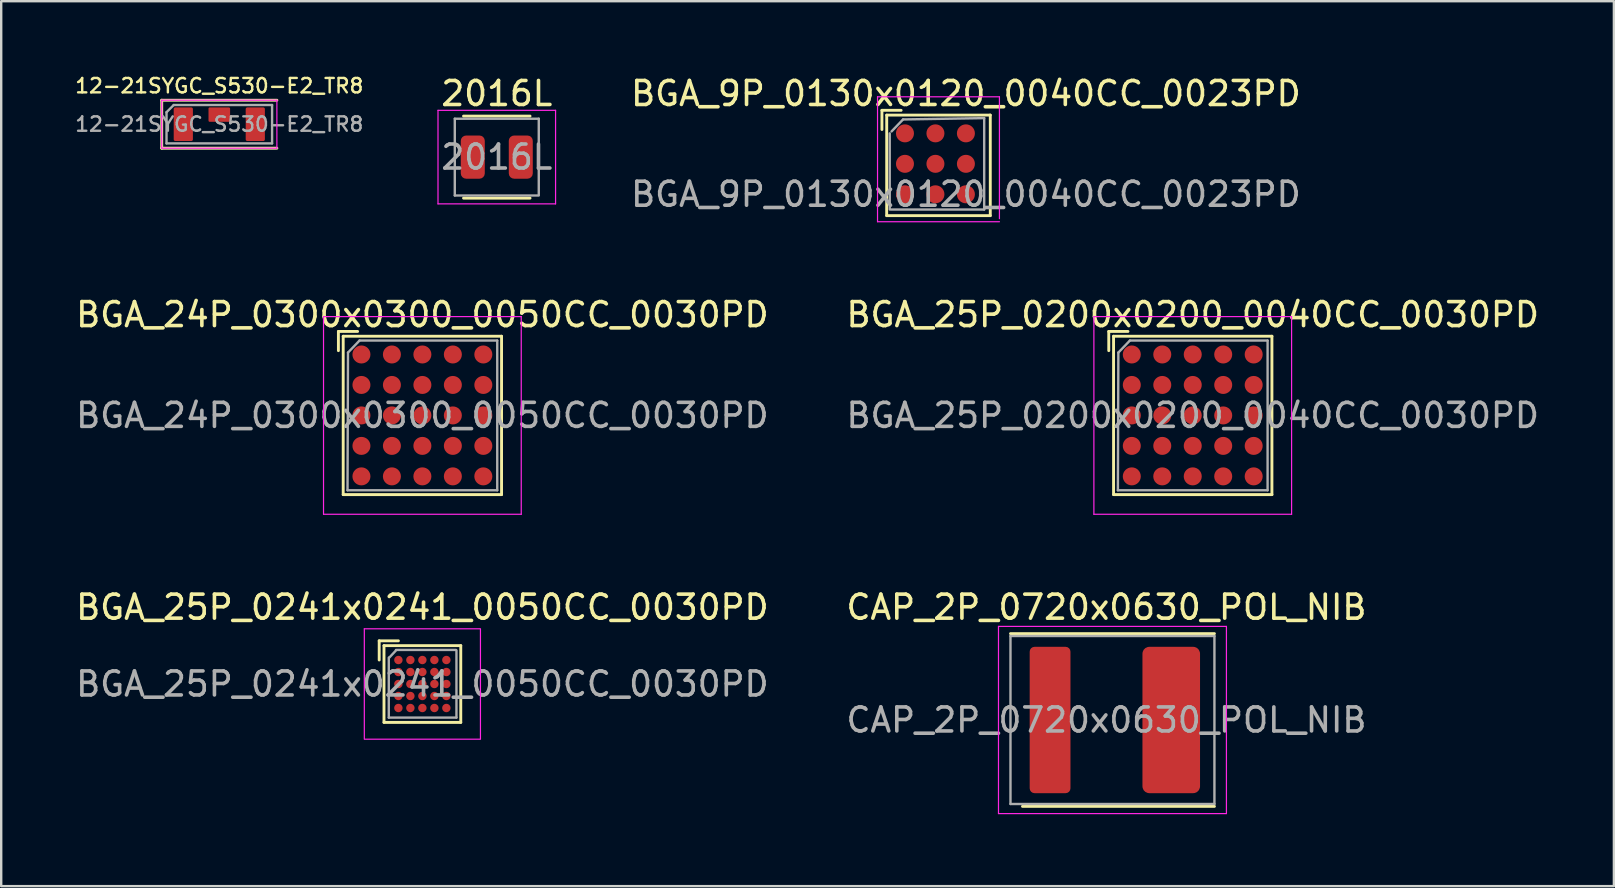
<source format=kicad_pcb>
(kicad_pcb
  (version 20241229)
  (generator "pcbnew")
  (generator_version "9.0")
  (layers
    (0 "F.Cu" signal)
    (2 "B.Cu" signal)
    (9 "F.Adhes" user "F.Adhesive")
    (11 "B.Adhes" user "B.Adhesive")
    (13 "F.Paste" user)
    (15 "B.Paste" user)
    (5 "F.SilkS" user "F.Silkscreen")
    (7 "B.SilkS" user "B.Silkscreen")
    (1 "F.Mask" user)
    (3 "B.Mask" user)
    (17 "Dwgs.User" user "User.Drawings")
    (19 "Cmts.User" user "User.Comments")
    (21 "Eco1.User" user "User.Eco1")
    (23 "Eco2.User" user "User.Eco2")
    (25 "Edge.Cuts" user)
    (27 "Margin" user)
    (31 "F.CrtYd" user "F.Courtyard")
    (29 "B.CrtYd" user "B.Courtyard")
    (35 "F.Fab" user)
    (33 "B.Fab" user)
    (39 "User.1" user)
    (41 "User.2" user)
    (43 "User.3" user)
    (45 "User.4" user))
  (footprint "BGA_9P_0130x0120_0040CC_0023PD"
    (layer "F.Cu")
    (at 36.318 3.524)
    (property "Reference" "BGA_9P_0130x0120_0040CC_0023PD" (at 0.889 -2.676 0) (layer "F.SilkS") (effects (font (size 1 1) (thickness 0.15))))
    (attr smd)
    (fp_line (start -2.611 -1.976) (end -2.611 -1.176) (stroke (width 0.12) (type solid)) (layer "F.SilkS"))
    (fp_line (start -2.413 2.413) (end -2.411 -1.776) (stroke (width 0.12) (type solid)) (layer "F.SilkS"))
    (fp_line (start -2.411 -1.776) (end 1.905 -1.778) (stroke (width 0.12) (type solid)) (layer "F.SilkS"))
    (fp_line (start -1.811 -1.976) (end -2.611 -1.976) (stroke (width 0.12) (type solid)) (layer "F.SilkS"))
    (fp_line (start 1.905 -1.776) (end 1.905 2.413) (stroke (width 0.12) (type solid)) (layer "F.SilkS"))
    (fp_line (start 1.905 2.413) (end -2.411 2.413) (stroke (width 0.12) (type solid)) (layer "F.SilkS"))
    (fp_line (start -2.794 -2.54) (end -2.794 2.667) (stroke (width 0.05) (type solid)) (layer "F.CrtYd"))
    (fp_line (start -2.794 -2.54) (end 2.286 -2.54) (stroke (width 0.05) (type solid)) (layer "F.CrtYd"))
    (fp_line (start 2.286 2.54) (end 2.286 -2.54) (stroke (width 0.05) (type solid)) (layer "F.CrtYd"))
    (fp_line (start 2.286 2.667) (end -2.794 2.667) (stroke (width 0.05) (type solid)) (layer "F.CrtYd"))
    (fp_line (start -2.286 2.159) (end -2.286 -1.016) (stroke (width 0.1) (type solid)) (layer "F.Fab"))
    (fp_line (start -2.211 -1.096) (end -1.731 -1.596) (stroke (width 0.1) (type solid)) (layer "F.Fab"))
    (fp_line (start -1.731 -1.596) (end 1.651 -1.651) (stroke (width 0.1) (type solid)) (layer "F.Fab"))
    (fp_line (start 1.651 -1.651) (end 1.651 2.159) (stroke (width 0.1) (type solid)) (layer "F.Fab"))
    (fp_line (start 1.651 2.159) (end -2.231 2.159) (stroke (width 0.1) (type solid)) (layer "F.Fab"))
    (fp_text user "${REFERENCE}" (at 0.889 1.524 0) (layer "F.Fab") (effects (font (size 1 1) (thickness 0.15))))
    (pad "A1" smd circle (at -1.651 -1.016) (size 0.75 0.75) (layers "F.Cu" "F.Mask" "F.Paste"))
    (pad "A2" smd circle (at -0.381 -1.016) (size 0.75 0.75) (layers "F.Cu" "F.Mask" "F.Paste"))
    (pad "A3" smd circle (at 0.889 -1.016) (size 0.75 0.75) (layers "F.Cu" "F.Mask" "F.Paste"))
    (pad "B1" smd circle (at -1.651 0.254) (size 0.75 0.75) (layers "F.Cu" "F.Mask" "F.Paste"))
    (pad "B2" smd circle (at -0.381 0.254) (size 0.75 0.75) (layers "F.Cu" "F.Mask" "F.Paste"))
    (pad "B3" smd circle (at 0.889 0.254) (size 0.75 0.75) (layers "F.Cu" "F.Mask" "F.Paste"))
    (pad "C1" smd circle (at -1.651 1.524) (size 0.75 0.75) (layers "F.Cu" "F.Mask" "F.Paste"))
    (pad "C2" smd circle (at -0.381 1.524) (size 0.75 0.75) (layers "F.Cu" "F.Mask" "F.Paste"))
    (pad "C3" smd circle (at 0.889 1.524) (size 0.75 0.75) (layers "F.Cu" "F.Mask" "F.Paste")))
  (footprint "BGA_25P_0200x0200_0040CC_0030PD"
    (layer "F.Cu")
    (at 46.661 14.264)
    (property "Reference" "BGA_25P_0200x0200_0040CC_0030PD" (at 0 -4.2 0) (layer "F.SilkS") (effects (font (size 1 1) (thickness 0.15))))
    (attr smd)
    (fp_line (start -3.5 -3.5) (end -3.5 -2.7) (stroke (width 0.12) (type solid)) (layer "F.SilkS"))
    (fp_line (start -3.3 -3.3) (end 3.3 -3.3) (stroke (width 0.12) (type solid)) (layer "F.SilkS"))
    (fp_line (start -3.3 3.3) (end -3.3 -3.3) (stroke (width 0.12) (type solid)) (layer "F.SilkS"))
    (fp_line (start -2.7 -3.5) (end -3.5 -3.5) (stroke (width 0.12) (type solid)) (layer "F.SilkS"))
    (fp_line (start 3.3 -3.3) (end 3.3 3.3) (stroke (width 0.12) (type solid)) (layer "F.SilkS"))
    (fp_line (start 3.3 3.3) (end -3.3 3.3) (stroke (width 0.12) (type solid)) (layer "F.SilkS"))
    (fp_line (start -4.12 -4.12) (end -4.12 4.12) (stroke (width 0.05) (type solid)) (layer "F.CrtYd"))
    (fp_line (start -4.12 -4.12) (end 4.12 -4.12) (stroke (width 0.05) (type solid)) (layer "F.CrtYd"))
    (fp_line (start 4.12 4.12) (end -4.12 4.12) (stroke (width 0.05) (type solid)) (layer "F.CrtYd"))
    (fp_line (start 4.12 4.12) (end 4.12 -4.12) (stroke (width 0.05) (type solid)) (layer "F.CrtYd"))
    (fp_line (start -3.12 3.12) (end -3.1 -2.62) (stroke (width 0.1) (type solid)) (layer "F.Fab"))
    (fp_line (start -3.1 -2.62) (end -2.62 -3.12) (stroke (width 0.1) (type solid)) (layer "F.Fab"))
    (fp_line (start -2.62 -3.12) (end 3.12 -3.12) (stroke (width 0.1) (type solid)) (layer "F.Fab"))
    (fp_line (start 3.12 -3.12) (end 3.12 3.12) (stroke (width 0.1) (type solid)) (layer "F.Fab"))
    (fp_line (start 3.12 3.12) (end -3.12 3.12) (stroke (width 0.1) (type solid)) (layer "F.Fab"))
    (fp_text user "${REFERENCE}" (at 0 0 0) (layer "F.Fab") (effects (font (size 1 1) (thickness 0.15))))
    (pad "A1" smd circle (at -2.54 -2.54) (size 0.75 0.75) (layers "F.Cu" "F.Mask" "F.Paste"))
    (pad "A2" smd circle (at -1.27 -2.54) (size 0.75 0.75) (layers "F.Cu" "F.Mask" "F.Paste"))
    (pad "A3" smd circle (at 0 -2.54) (size 0.75 0.75) (layers "F.Cu" "F.Mask" "F.Paste"))
    (pad "A4" smd circle (at 1.27 -2.54) (size 0.75 0.75) (layers "F.Cu" "F.Mask" "F.Paste"))
    (pad "A5" smd circle (at 2.54 -2.54) (size 0.75 0.75) (layers "F.Cu" "F.Mask" "F.Paste"))
    (pad "B1" smd circle (at -2.54 -1.27) (size 0.75 0.75) (layers "F.Cu" "F.Mask" "F.Paste"))
    (pad "B2" smd circle (at -1.27 -1.27) (size 0.75 0.75) (layers "F.Cu" "F.Mask" "F.Paste"))
    (pad "B3" smd circle (at 0 -1.27) (size 0.75 0.75) (layers "F.Cu" "F.Mask" "F.Paste"))
    (pad "B4" smd circle (at 1.27 -1.27) (size 0.75 0.75) (layers "F.Cu" "F.Mask" "F.Paste"))
    (pad "B5" smd circle (at 2.54 -1.27) (size 0.75 0.75) (layers "F.Cu" "F.Mask" "F.Paste"))
    (pad "C1" smd circle (at -2.54 0) (size 0.75 0.75) (layers "F.Cu" "F.Mask" "F.Paste"))
    (pad "C2" smd circle (at -1.27 0) (size 0.75 0.75) (layers "F.Cu" "F.Mask" "F.Paste"))
    (pad "C3" smd circle (at 0 0) (size 0.75 0.75) (layers "F.Cu" "F.Mask" "F.Paste"))
    (pad "C4" smd circle (at 1.27 0) (size 0.75 0.75) (layers "F.Cu" "F.Mask" "F.Paste"))
    (pad "C5" smd circle (at 2.54 0) (size 0.75 0.75) (layers "F.Cu" "F.Mask" "F.Paste"))
    (pad "D1" smd circle (at -2.54 1.27) (size 0.75 0.75) (layers "F.Cu" "F.Mask" "F.Paste"))
    (pad "D2" smd circle (at -1.27 1.27) (size 0.75 0.75) (layers "F.Cu" "F.Mask" "F.Paste"))
    (pad "D3" smd circle (at 0 1.27) (size 0.75 0.75) (layers "F.Cu" "F.Mask" "F.Paste"))
    (pad "D4" smd circle (at 1.27 1.27) (size 0.75 0.75) (layers "F.Cu" "F.Mask" "F.Paste"))
    (pad "D5" smd circle (at 2.54 1.27) (size 0.75 0.75) (layers "F.Cu" "F.Mask" "F.Paste"))
    (pad "E1" smd circle (at -2.54 2.54) (size 0.75 0.75) (layers "F.Cu" "F.Mask" "F.Paste"))
    (pad "E2" smd circle (at -1.27 2.54) (size 0.75 0.75) (layers "F.Cu" "F.Mask" "F.Paste"))
    (pad "E3" smd circle (at 0 2.54) (size 0.75 0.75) (layers "F.Cu" "F.Mask" "F.Paste"))
    (pad "E4" smd circle (at 1.27 2.54) (size 0.75 0.75) (layers "F.Cu" "F.Mask" "F.Paste"))
    (pad "E5" smd circle (at 2.54 2.54) (size 0.75 0.75) (layers "F.Cu" "F.Mask" "F.Paste")))
  (footprint "CAP_2P_0720x0630_POL_NIB"
    (layer "F.Cu")
    (at 43.065 26.958)
    (property "Reference" "CAP_2P_0720x0630_POL_NIB" (at 0 -4.7 0) (layer "F.SilkS") (effects (font (size 1 1) (thickness 0.15))))
    (attr smd)
    (fp_line (start -4 -3.6) (end 4.5 -3.6) (stroke (width 0.12) (type solid)) (layer "F.SilkS"))
    (fp_line (start -3.5 3.6) (end 4.5 3.6) (stroke (width 0.12) (type solid)) (layer "F.SilkS"))
    (fp_line (start -4.5 -3.9) (end 5 -3.9) (stroke (width 0.05) (type solid)) (layer "F.CrtYd"))
    (fp_line (start -4.5 3.9) (end -4.5 -3.9) (stroke (width 0.05) (type solid)) (layer "F.CrtYd"))
    (fp_line (start 5 -3.9) (end 5 3.9) (stroke (width 0.05) (type solid)) (layer "F.CrtYd"))
    (fp_line (start 5 3.9) (end -4.5 3.9) (stroke (width 0.05) (type solid)) (layer "F.CrtYd"))
    (fp_line (start -4 -3.5) (end 4.5 -3.5) (stroke (width 0.1) (type solid)) (layer "F.Fab"))
    (fp_line (start -4 3.5) (end -4 -3.5) (stroke (width 0.1) (type solid)) (layer "F.Fab"))
    (fp_line (start 4.5 -3.5) (end 4.5 3.5) (stroke (width 0.1) (type solid)) (layer "F.Fab"))
    (fp_line (start 4.5 3.5) (end -4 3.5) (stroke (width 0.1) (type solid)) (layer "F.Fab"))
    (fp_text user "${REFERENCE}" (at 0 0 0) (layer "F.Fab") (effects (font (size 1 1) (thickness 0.15))))
    (pad "1" smd roundrect (at -2.35 0) (size 1.7 6.1) (layers "F.Cu" "F.Mask" "F.Paste") (roundrect_rratio 0.119))
    (pad "2" smd roundrect (at 2.7 0) (size 2.4 6.1) (layers "F.Cu" "F.Mask" "F.Paste") (roundrect_rratio 0.119)))
  (footprint "BGA_24P_0300x0300_0050CC_0030PD"
    (layer "F.Cu")
    (at 14.554 14.264)
    (property "Reference" "BGA_24P_0300x0300_0050CC_0030PD" (at 0 -4.2 0) (layer "F.SilkS") (effects (font (size 1 1) (thickness 0.15))))
    (attr smd)
    (fp_line (start -3.5 -3.5) (end -3.5 -2.7) (stroke (width 0.12) (type solid)) (layer "F.SilkS"))
    (fp_line (start -3.3 -3.3) (end 3.3 -3.3) (stroke (width 0.12) (type solid)) (layer "F.SilkS"))
    (fp_line (start -3.3 3.3) (end -3.3 -3.3) (stroke (width 0.12) (type solid)) (layer "F.SilkS"))
    (fp_line (start -2.7 -3.5) (end -3.5 -3.5) (stroke (width 0.12) (type solid)) (layer "F.SilkS"))
    (fp_line (start 3.3 -3.3) (end 3.3 3.3) (stroke (width 0.12) (type solid)) (layer "F.SilkS"))
    (fp_line (start 3.3 3.3) (end -3.3 3.3) (stroke (width 0.12) (type solid)) (layer "F.SilkS"))
    (fp_line (start -4.12 -4.12) (end -4.12 4.12) (stroke (width 0.05) (type solid)) (layer "F.CrtYd"))
    (fp_line (start -4.12 -4.12) (end 4.12 -4.12) (stroke (width 0.05) (type solid)) (layer "F.CrtYd"))
    (fp_line (start 4.12 4.12) (end -4.12 4.12) (stroke (width 0.05) (type solid)) (layer "F.CrtYd"))
    (fp_line (start 4.12 4.12) (end 4.12 -4.12) (stroke (width 0.05) (type solid)) (layer "F.CrtYd"))
    (fp_line (start -3.12 3.12) (end -3.1 -2.62) (stroke (width 0.1) (type solid)) (layer "F.Fab"))
    (fp_line (start -3.1 -2.62) (end -2.62 -3.12) (stroke (width 0.1) (type solid)) (layer "F.Fab"))
    (fp_line (start -2.62 -3.12) (end 3.12 -3.12) (stroke (width 0.1) (type solid)) (layer "F.Fab"))
    (fp_line (start 3.12 -3.12) (end 3.12 3.12) (stroke (width 0.1) (type solid)) (layer "F.Fab"))
    (fp_line (start 3.12 3.12) (end -3.12 3.12) (stroke (width 0.1) (type solid)) (layer "F.Fab"))
    (fp_text user "${REFERENCE}" (at 0 0 0) (layer "F.Fab") (effects (font (size 1 1) (thickness 0.15))))
    (pad "A1" smd circle (at -2.54 -2.54) (size 0.75 0.75) (layers "F.Cu" "F.Mask" "F.Paste"))
    (pad "A2" smd circle (at -1.27 -2.54) (size 0.75 0.75) (layers "F.Cu" "F.Mask" "F.Paste"))
    (pad "A3" smd circle (at 0 -2.54) (size 0.75 0.75) (layers "F.Cu" "F.Mask" "F.Paste"))
    (pad "A4" smd circle (at 1.27 -2.54) (size 0.75 0.75) (layers "F.Cu" "F.Mask" "F.Paste"))
    (pad "A5" smd circle (at 2.54 -2.54) (size 0.75 0.75) (layers "F.Cu" "F.Mask" "F.Paste"))
    (pad "B1" smd circle (at -2.54 -1.27) (size 0.75 0.75) (layers "F.Cu" "F.Mask" "F.Paste"))
    (pad "B2" smd circle (at -1.27 -1.27) (size 0.75 0.75) (layers "F.Cu" "F.Mask" "F.Paste"))
    (pad "B3" smd circle (at 0 -1.27) (size 0.75 0.75) (layers "F.Cu" "F.Mask" "F.Paste"))
    (pad "B4" smd circle (at 1.27 -1.27) (size 0.75 0.75) (layers "F.Cu" "F.Mask" "F.Paste"))
    (pad "B5" smd circle (at 2.54 -1.27) (size 0.75 0.75) (layers "F.Cu" "F.Mask" "F.Paste"))
    (pad "C1" smd circle (at -2.54 0) (size 0.75 0.75) (layers "F.Cu" "F.Mask" "F.Paste"))
    (pad "C2" smd circle (at -1.27 0) (size 0.75 0.75) (layers "F.Cu" "F.Mask" "F.Paste"))
    (pad "C3" smd circle (at 0 0) (size 0.75 0.75) (layers "F.Cu" "F.Mask" "F.Paste"))
    (pad "C4" smd circle (at 1.27 0) (size 0.75 0.75) (layers "F.Cu" "F.Mask" "F.Paste"))
    (pad "C5" smd circle (at 2.54 0) (size 0.75 0.75) (layers "F.Cu" "F.Mask" "F.Paste"))
    (pad "D1" smd circle (at -2.54 1.27) (size 0.75 0.75) (layers "F.Cu" "F.Mask" "F.Paste"))
    (pad "D2" smd circle (at -1.27 1.27) (size 0.75 0.75) (layers "F.Cu" "F.Mask" "F.Paste"))
    (pad "D3" smd circle (at 0 1.27) (size 0.75 0.75) (layers "F.Cu" "F.Mask" "F.Paste"))
    (pad "D4" smd circle (at 1.27 1.27) (size 0.75 0.75) (layers "F.Cu" "F.Mask" "F.Paste"))
    (pad "D5" smd circle (at 2.54 1.27) (size 0.75 0.75) (layers "F.Cu" "F.Mask" "F.Paste"))
    (pad "E1" smd circle (at -2.54 2.54) (size 0.75 0.75) (layers "F.Cu" "F.Mask" "F.Paste"))
    (pad "E2" smd circle (at -1.27 2.54) (size 0.75 0.75) (layers "F.Cu" "F.Mask" "F.Paste"))
    (pad "E3" smd circle (at 0 2.54) (size 0.75 0.75) (layers "F.Cu" "F.Mask" "F.Paste"))
    (pad "E4" smd circle (at 1.27 2.54) (size 0.75 0.75) (layers "F.Cu" "F.Mask" "F.Paste"))
    (pad "E5" smd circle (at 2.54 2.54) (size 0.75 0.75) (layers "F.Cu" "F.Mask" "F.Paste")))
  (footprint "BGA_25P_0241x0241_0050CC_0030PD"
    (layer "F.Cu")
    (at 14.554 25.458)
    (property "Reference" "BGA_25P_0241x0241_0050CC_0030PD" (at 0 -3.2 0) (layer "F.SilkS") (effects (font (size 1 1) (thickness 0.15))))
    (attr smd)
    (fp_line (start -1.8 -1.8) (end -1.8 -1) (stroke (width 0.12) (type solid)) (layer "F.SilkS"))
    (fp_line (start -1.6 -1.6) (end 1.6 -1.6) (stroke (width 0.12) (type solid)) (layer "F.SilkS"))
    (fp_line (start -1.6 1.6) (end -1.6 -1.6) (stroke (width 0.12) (type solid)) (layer "F.SilkS"))
    (fp_line (start -1 -1.8) (end -1.8 -1.8) (stroke (width 0.12) (type solid)) (layer "F.SilkS"))
    (fp_line (start 1.6 -1.6) (end 1.6 1.6) (stroke (width 0.12) (type solid)) (layer "F.SilkS"))
    (fp_line (start 1.6 1.6) (end -1.6 1.6) (stroke (width 0.12) (type solid)) (layer "F.SilkS"))
    (fp_line (start -2.42 -2.3) (end -2.42 2.3) (stroke (width 0.05) (type solid)) (layer "F.CrtYd"))
    (fp_line (start -2.42 -2.3) (end 2.4 -2.3) (stroke (width 0.05) (type solid)) (layer "F.CrtYd"))
    (fp_line (start 2.4 2.3) (end -2.4 2.3) (stroke (width 0.05) (type solid)) (layer "F.CrtYd"))
    (fp_line (start 2.42 2.3) (end 2.42 -2.3) (stroke (width 0.05) (type solid)) (layer "F.CrtYd"))
    (fp_line (start -1.4 1.4) (end -1.4 -1.1) (stroke (width 0.1) (type solid)) (layer "F.Fab"))
    (fp_line (start -1.38 -1.1) (end -1.1 -1.4) (stroke (width 0.1) (type solid)) (layer "F.Fab"))
    (fp_line (start -1.1 -1.42) (end 1.4 -1.42) (stroke (width 0.1) (type solid)) (layer "F.Fab"))
    (fp_line (start 1.42 -1.4) (end 1.42 1.4) (stroke (width 0.1) (type solid)) (layer "F.Fab"))
    (fp_line (start 1.42 1.4) (end -1.4 1.4) (stroke (width 0.1) (type solid)) (layer "F.Fab"))
    (fp_text user "${REFERENCE}" (at 0 0 0) (layer "F.Fab") (effects (font (size 1 1) (thickness 0.15))))
    (pad "A1" smd circle (at -1 -1) (size 0.35 0.35) (layers "F.Cu" "F.Mask" "F.Paste"))
    (pad "A2" smd circle (at -0.5 -1) (size 0.35 0.35) (layers "F.Cu" "F.Mask" "F.Paste"))
    (pad "A3" smd circle (at 0 -1) (size 0.35 0.35) (layers "F.Cu" "F.Mask" "F.Paste"))
    (pad "A4" smd circle (at 0.5 -1) (size 0.35 0.35) (layers "F.Cu" "F.Mask" "F.Paste"))
    (pad "A5" smd circle (at 1 -1) (size 0.35 0.35) (layers "F.Cu" "F.Mask" "F.Paste"))
    (pad "B1" smd circle (at -1 -0.5) (size 0.35 0.35) (layers "F.Cu" "F.Mask" "F.Paste"))
    (pad "B2" smd circle (at -0.5 -0.5) (size 0.35 0.35) (layers "F.Cu" "F.Mask" "F.Paste"))
    (pad "B3" smd circle (at 0 -0.5) (size 0.35 0.35) (layers "F.Cu" "F.Mask" "F.Paste"))
    (pad "B4" smd circle (at 0.5 -0.5) (size 0.35 0.35) (layers "F.Cu" "F.Mask" "F.Paste"))
    (pad "B5" smd circle (at 1 -0.5) (size 0.35 0.35) (layers "F.Cu" "F.Mask" "F.Paste"))
    (pad "C1" smd circle (at -1 0) (size 0.35 0.35) (layers "F.Cu" "F.Mask" "F.Paste"))
    (pad "C2" smd circle (at -0.5 0) (size 0.35 0.35) (layers "F.Cu" "F.Mask" "F.Paste"))
    (pad "C3" smd circle (at 0 0) (size 0.35 0.35) (layers "F.Cu" "F.Mask" "F.Paste"))
    (pad "C4" smd circle (at 0.5 0) (size 0.35 0.35) (layers "F.Cu" "F.Mask" "F.Paste"))
    (pad "C5" smd circle (at 1 0) (size 0.35 0.35) (layers "F.Cu" "F.Mask" "F.Paste"))
    (pad "D1" smd circle (at -1 0.5) (size 0.35 0.35) (layers "F.Cu" "F.Mask" "F.Paste"))
    (pad "D2" smd circle (at -0.5 0.5) (size 0.35 0.35) (layers "F.Cu" "F.Mask" "F.Paste"))
    (pad "D3" smd circle (at 0 0.5) (size 0.35 0.35) (layers "F.Cu" "F.Mask" "F.Paste"))
    (pad "D4" smd circle (at 0.5 0.5) (size 0.35 0.35) (layers "F.Cu" "F.Mask" "F.Paste"))
    (pad "D5" smd circle (at 1 0.5) (size 0.35 0.35) (layers "F.Cu" "F.Mask" "F.Paste"))
    (pad "E1" smd circle (at -1 1) (size 0.35 0.35) (layers "F.Cu" "F.Mask" "F.Paste"))
    (pad "E2" smd circle (at -0.5 1) (size 0.35 0.35) (layers "F.Cu" "F.Mask" "F.Paste"))
    (pad "E3" smd circle (at 0 1) (size 0.35 0.35) (layers "F.Cu" "F.Mask" "F.Paste"))
    (pad "E4" smd circle (at 0.5 1) (size 0.35 0.35) (layers "F.Cu" "F.Mask" "F.Paste"))
    (pad "E5" smd circle (at 1 1) (size 0.35 0.35) (layers "F.Cu" "F.Mask" "F.Paste")))
  (footprint "12-21SYGC_S530-E2_TR8"
    (layer "F.Cu")
    (at 6.09 2.127)
    (property "Reference" "12-21SYGC_S530-E2_TR8" (at 0 -1.6 0) (layer "F.SilkS") (effects (font (size 0.6 0.6) (thickness 0.1))))
    (attr smd)
    (fp_line (start -2.4 -1) (end -2.4 1) (stroke (width 0.12) (type solid)) (layer "F.SilkS"))
    (fp_line (start -2.4 1) (end 2.4 1) (stroke (width 0.12) (type solid)) (layer "F.SilkS"))
    (fp_line (start 2.4 -1) (end -2.4 -1) (stroke (width 0.12) (type solid)) (layer "F.SilkS"))
    (fp_line (start -2.4 -1) (end 2.4 -1) (stroke (width 0.05) (type solid)) (layer "F.CrtYd"))
    (fp_line (start -2.4 1) (end -2.4 -1) (stroke (width 0.05) (type solid)) (layer "F.CrtYd"))
    (fp_line (start 2.4 -1) (end 2.4 1) (stroke (width 0.05) (type solid)) (layer "F.CrtYd"))
    (fp_line (start 2.4 1) (end -2.4 1) (stroke (width 0.05) (type solid)) (layer "F.CrtYd"))
    (fp_line (start -2.2 -0.5) (end -2.2 0.8) (stroke (width 0.1) (type solid)) (layer "F.Fab"))
    (fp_line (start -2.2 0.8) (end 2.2 0.8) (stroke (width 0.1) (type solid)) (layer "F.Fab"))
    (fp_line (start -1.9 -0.8) (end -2.2 -0.5) (stroke (width 0.1) (type solid)) (layer "F.Fab"))
    (fp_line (start 2.2 -0.8) (end -1.9 -0.8) (stroke (width 0.1) (type solid)) (layer "F.Fab"))
    (fp_line (start 2.2 0.8) (end 2.2 -0.8) (stroke (width 0.1) (type solid)) (layer "F.Fab"))
    (fp_text user "${REFERENCE}" (at 0 0 0) (layer "F.Fab") (effects (font (size 0.6 0.6) (thickness 0.1))))
    (pad "1" smd roundrect (at -1.5 0) (size 0.8 1.4) (layers "F.Cu" "F.Mask" "F.Paste") (roundrect_rratio 0.083))
    (pad "2" smd roundrect (at 1.5 0) (size 0.8 1.4) (layers "F.Cu" "F.Mask" "F.Paste") (roundrect_rratio 0.083))
    (pad "3" smd roundrect (at 0 -0.4) (size 0.9 0.6) (layers "F.Cu" "F.Mask" "F.Paste") (roundrect_rratio 0.083)))
  (footprint "2016L"
    (layer "F.Cu")
    (at 17.655 3.498)
    (property "Reference" "2016L" (at 0 -2.65 0) (layer "F.SilkS") (effects (font (size 1 1) (thickness 0.15))))
    (attr smd)
    (fp_line (start -1.386 -1.71) (end 1.386 -1.71) (stroke (width 0.12) (type solid)) (layer "F.SilkS"))
    (fp_line (start -1.386 1.71) (end 1.386 1.71) (stroke (width 0.12) (type solid)) (layer "F.SilkS"))
    (fp_line (start -2.45 -1.95) (end 2.45 -1.95) (stroke (width 0.05) (type solid)) (layer "F.CrtYd"))
    (fp_line (start -2.45 1.95) (end -2.45 -1.95) (stroke (width 0.05) (type solid)) (layer "F.CrtYd"))
    (fp_line (start 2.45 -1.95) (end 2.45 1.95) (stroke (width 0.05) (type solid)) (layer "F.CrtYd"))
    (fp_line (start 2.45 1.95) (end -2.45 1.95) (stroke (width 0.05) (type solid)) (layer "F.CrtYd"))
    (fp_line (start -1.75 -1.6) (end 1.75 -1.6) (stroke (width 0.1) (type solid)) (layer "F.Fab"))
    (fp_line (start -1.75 1.6) (end -1.75 -1.6) (stroke (width 0.1) (type solid)) (layer "F.Fab"))
    (fp_line (start 1.7 1.6) (end -1.75 1.6) (stroke (width 0.1) (type solid)) (layer "F.Fab"))
    (fp_line (start 1.75 -1.6) (end 1.75 1.6) (stroke (width 0.1) (type solid)) (layer "F.Fab"))
    (fp_text user "${REFERENCE}" (at 0 0 0) (layer "F.Fab") (effects (font (size 1 1) (thickness 0.15))))
    (pad "1" smd roundrect (at -1 0) (size 1 1.8) (layers "F.Cu" "F.Mask" "F.Paste") (roundrect_rratio 0.222))
    (pad "2" smd roundrect (at 1 0) (size 1 1.8) (layers "F.Cu" "F.Mask" "F.Paste") (roundrect_rratio 0.222)))
  (gr_rect
    (start -3 -3)
    (end 64.214 33.883)
    (stroke (width 0.1) (type default))
    (fill no)
    (layer "Edge.Cuts")))
</source>
